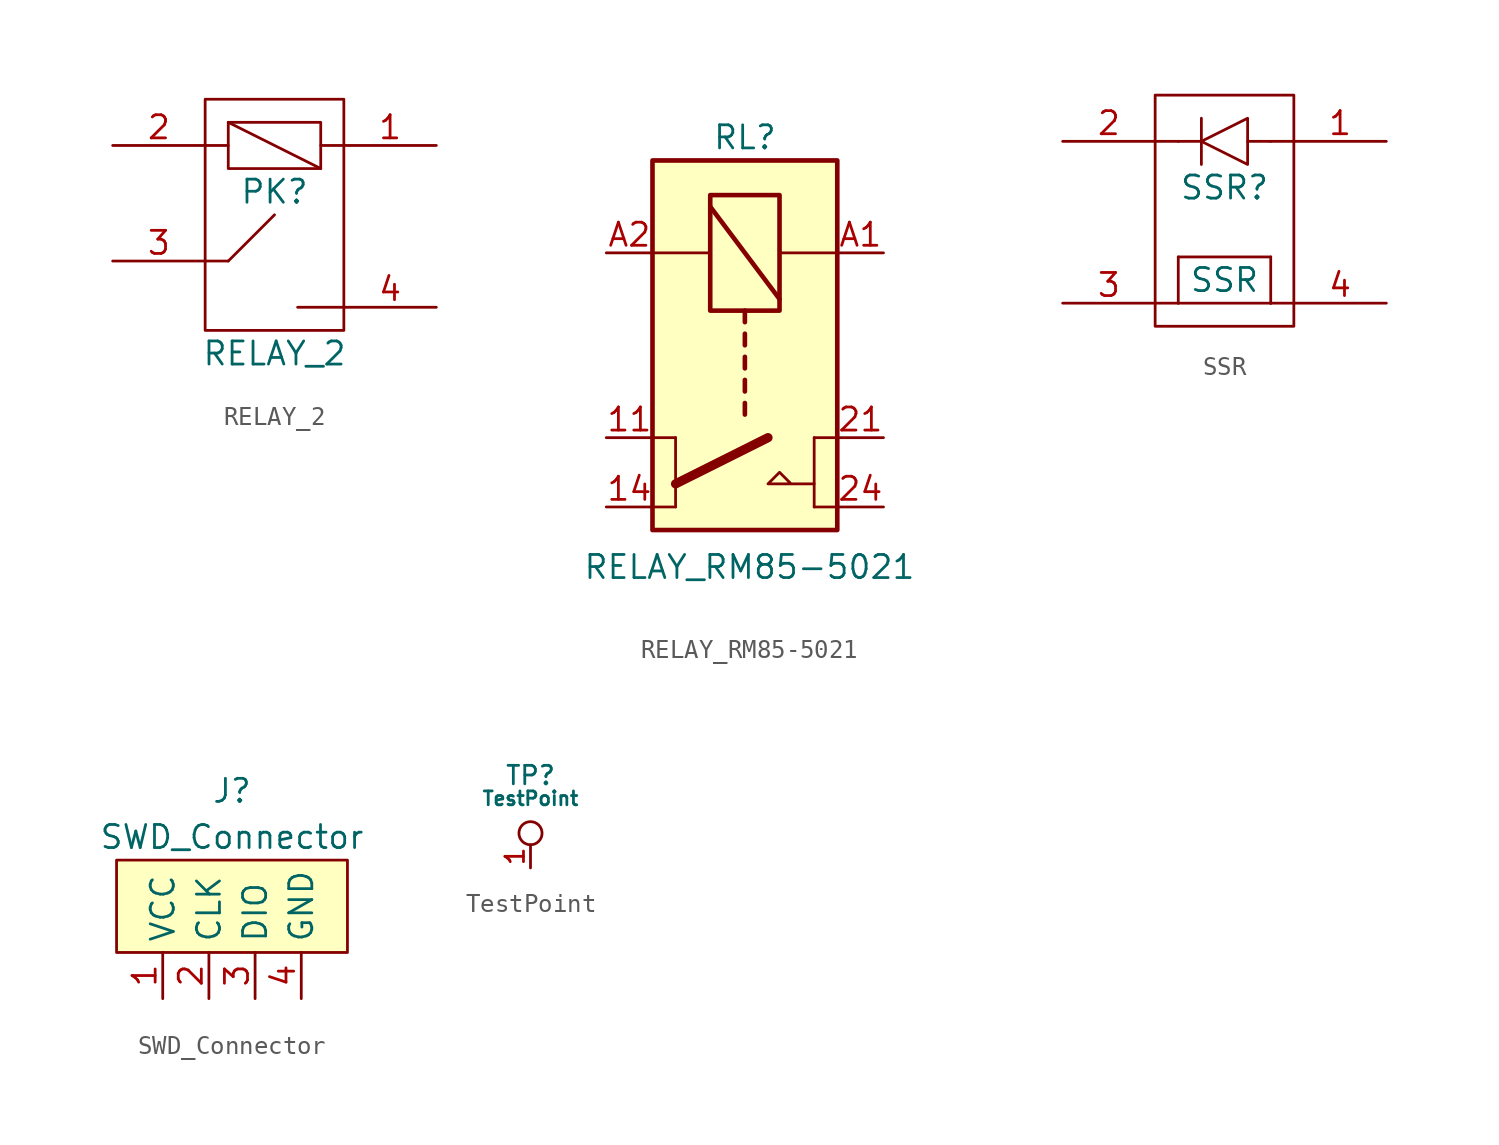
<source format=kicad_sym>
(kicad_symbol_lib
  (version 20231120)
  (generator "kicad_symbol_editor")
  (generator_version "8.0")
  (symbol "RELAY_2"
    (pin_names
      (offset 1.016))
    (property "Reference" "PK"
      (at 0 1.27 0)
      (effects (font (size 1.27 1.27))))
    (property "Value" "RELAY_2"
      (at 0 -7.62 0)
      (effects (font (size 1.27 1.27))))
    (symbol "RELAY_2_1_1"
      (rectangle (start -3.81 6.35) (end 3.81 -6.35) (stroke (width 0) (type default)) (fill (type none)))
      (rectangle (start -2.54 5.08) (end 2.54 2.54) (stroke (width 0) (type default)) (fill (type none)))
      (polyline (pts (xy -3.81 -2.54) (xy -2.54 -2.54)) (stroke (width 0) (type default)) (fill (type none)))
      (polyline (pts (xy -3.81 3.81) (xy -2.54 3.81)) (stroke (width 0) (type default)) (fill (type none)))
      (polyline (pts (xy -2.54 -2.54) (xy 0 0)) (stroke (width 0) (type default)) (fill (type none)))
      (polyline (pts (xy -2.54 5.08) (xy 2.54 2.54)) (stroke (width 0) (type default)) (fill (type none)))
      (polyline (pts (xy 2.54 3.81) (xy 3.81 3.81)) (stroke (width 0) (type default)) (fill (type none)))
      (polyline (pts (xy 3.81 -5.08) (xy 1.27 -5.08)) (stroke (width 0) (type default)) (fill (type none)))
      (pin passive line (at 8.89 3.81 180) (length 5.08) (name "~" (effects (font (size 1.27 1.27)))) (number "1" (effects (font (size 1.27 1.27)))))
      (pin power_in line (at -8.89 3.81 0) (length 5.08) (name "~" (effects (font (size 1.27 1.27)))) (number "2" (effects (font (size 1.27 1.27)))))
      (pin bidirectional line (at -8.89 -2.54 0) (length 5.08) (name "~" (effects (font (size 1.27 1.27)))) (number "3" (effects (font (size 1.27 1.27)))))
      (pin bidirectional line (at 8.89 -5.08 180) (length 5.08) (name "~" (effects (font (size 1.27 1.27)))) (number "4" (effects (font (size 1.27 1.27)))))))
  (symbol "RELAY_RM85-5021"
    (pin_names
      (offset 1.016))
    (property "Reference" "RL"
      (at 0 15.24 0)
      (effects (font (size 1.27 1.27))))
    (property "Value" "RELAY_RM85-5021"
      (at 0.254 -8.382 0)
      (effects (font (size 1.27 1.27))))
    (symbol "RELAY_RM85-5021_0_1"
      (rectangle (start -5.08 13.97) (end 5.08 -6.35) (stroke (width 0.254) (type default)) (fill (type background)))
      (polyline (pts (xy -5.08 8.89) (xy -1.905 8.89)) (stroke (width 0) (type default)) (fill (type none)))
      (polyline (pts (xy -3.81 -5.08) (xy -5.08 -5.08)) (stroke (width 0) (type default)) (fill (type none)))
      (polyline (pts (xy -3.81 -3.81) (xy 1.27 -1.27)) (stroke (width 0.508) (type default)) (fill (type none)))
      (polyline (pts (xy -3.81 -1.27) (xy -5.08 -1.27)) (stroke (width 0) (type default)) (fill (type none)))
      (polyline (pts (xy -3.81 -1.27) (xy -3.81 -5.08)) (stroke (width 0) (type default)) (fill (type none)))
      (polyline (pts (xy -1.905 11.43) (xy 1.905 6.35)) (stroke (width 0.254) (type default)) (fill (type none)))
      (polyline (pts (xy 0 0.635) (xy 0 0)) (stroke (width 0.254) (type default)) (fill (type none)))
      (polyline (pts (xy 0 1.905) (xy 0 1.27)) (stroke (width 0.254) (type default)) (fill (type none)))
      (polyline (pts (xy 0 3.175) (xy 0 2.54)) (stroke (width 0.254) (type default)) (fill (type none)))
      (polyline (pts (xy 0 4.445) (xy 0 3.81)) (stroke (width 0.254) (type default)) (fill (type none)))
      (polyline (pts (xy 0 5.715) (xy 0 5.08)) (stroke (width 0.254) (type default)) (fill (type none)))
      (polyline (pts (xy 3.81 -5.08) (xy 5.08 -5.08)) (stroke (width 0) (type default)) (fill (type none)))
      (polyline (pts (xy 3.81 -1.27) (xy 3.81 -5.08)) (stroke (width 0) (type default)) (fill (type none)))
      (polyline (pts (xy 3.81 -1.27) (xy 5.08 -1.27)) (stroke (width 0) (type default)) (fill (type none)))
      (polyline (pts (xy 5.08 8.89) (xy 1.905 8.89)) (stroke (width 0) (type default)) (fill (type none)))
      (polyline (pts (xy 3.81 -3.81) (xy 1.27 -3.81) (xy 1.905 -3.175) (xy 2.54 -3.81)) (stroke (width 0) (type default)) (fill (type none)))
      (rectangle (start 1.905 12.065) (end -1.905 5.715) (stroke (width 0.254) (type default)) (fill (type none))))
    (symbol "RELAY_RM85-5021_1_1"
      (pin passive line (at -7.62 -1.27 0) (length 2.54) (name "~" (effects (font (size 1.27 1.27)))) (number "11" (effects (font (size 1.27 1.27)))))
      (pin passive line (at -7.62 -5.08 0) (length 2.54) (name "~" (effects (font (size 1.27 1.27)))) (number "14" (effects (font (size 1.27 1.27)))))
      (pin passive line (at 7.62 -1.27 180) (length 2.54) (name "~" (effects (font (size 1.27 1.27)))) (number "21" (effects (font (size 1.27 1.27)))))
      (pin passive line (at 7.62 -5.08 180) (length 2.54) (name "~" (effects (font (size 1.27 1.27)))) (number "24" (effects (font (size 1.27 1.27)))))
      (pin passive line (at 7.62 8.89 180) (length 2.54) (name "~" (effects (font (size 1.27 1.27)))) (number "A1" (effects (font (size 1.27 1.27)))))
      (pin passive line (at -7.62 8.89 0) (length 2.54) (name "~" (effects (font (size 1.27 1.27)))) (number "A2" (effects (font (size 1.27 1.27)))))))
  (symbol "SSR"
    (pin_names
      (offset 1.016))
    (property "Reference" "SSR"
      (at 0 1.27 0)
      (effects (font (size 1.27 1.27))))
    (property "Value" "SSR"
      (at 0 -3.81 0)
      (effects (font (size 1.27 1.27))))
    (symbol "SSR_0_1"
      (rectangle (start -3.81 -5.08) (end -2.54 -5.08) (stroke (width 0) (type default)) (fill (type none)))
      (rectangle (start -2.54 -5.08) (end 2.54 -5.08) (stroke (width 0) (type default)) (fill (type none)))
      (rectangle (start -2.54 -2.54) (end -2.54 -5.08) (stroke (width 0) (type default)) (fill (type none)))
      (rectangle (start -1.27 3.81) (end -2.54 3.81) (stroke (width 0) (type default)) (fill (type none)))
      (rectangle (start -1.27 5.08) (end -1.27 2.54) (stroke (width 0) (type default)) (fill (type none)))
      (polyline (pts (xy -1.27 3.81) (xy 1.27 5.08) (xy 1.27 2.54) (xy -1.27 3.81)) (stroke (width 0) (type default)) (fill (type none)))
      (rectangle (start 1.27 3.81) (end 2.54 3.81) (stroke (width 0) (type default)) (fill (type none)))
      (rectangle (start 2.54 -5.08) (end 2.54 -5.08) (stroke (width 0) (type default)) (fill (type none)))
      (rectangle (start 2.54 -5.08) (end 2.54 -2.54) (stroke (width 0) (type default)) (fill (type none)))
      (rectangle (start 2.54 -2.54) (end -2.54 -2.54) (stroke (width 0) (type default)) (fill (type none)))
      (rectangle (start 3.81 -5.08) (end 2.54 -5.08) (stroke (width 0) (type default)) (fill (type none))))
    (symbol "SSR_1_1"
      (rectangle (start -3.81 6.35) (end 3.81 -6.35) (stroke (width 0) (type default)) (fill (type none)))
      (polyline (pts (xy -3.81 3.81) (xy -2.54 3.81)) (stroke (width 0) (type default)) (fill (type none)))
      (polyline (pts (xy 2.54 3.81) (xy 3.81 3.81)) (stroke (width 0) (type default)) (fill (type none)))
      (pin power_in line (at 8.89 3.81 180) (length 5.08) (name "~" (effects (font (size 1.27 1.27)))) (number "1" (effects (font (size 1.27 1.27)))))
      (pin power_in line (at -8.89 3.81 0) (length 5.08) (name "~" (effects (font (size 1.27 1.27)))) (number "2" (effects (font (size 1.27 1.27)))))
      (pin bidirectional line (at -8.89 -5.08 0) (length 5.08) (name "~" (effects (font (size 1.27 1.27)))) (number "3" (effects (font (size 1.27 1.27)))))
      (pin bidirectional line (at 8.89 -5.08 180) (length 5.08) (name "~" (effects (font (size 1.27 1.27)))) (number "4" (effects (font (size 1.27 1.27)))))))
  (symbol "SWD_Connector"
    (property "Reference" "J"
      (at 0 6.35 0)
      (effects (font (size 1.27 1.27))))
    (property "Value" "SWD_Connector"
      (at 0 3.81 0)
      (effects (font (size 1.27 1.27))))
    (symbol "SWD_Connector_0_1"
      (rectangle (start -6.35 2.54) (end 6.35 -2.54) (stroke (width 0) (type default)) (fill (type background))))
    (symbol "SWD_Connector_1_1"
      (pin power_in line (at -3.81 -5.08 90) (length 2.54) (name "VCC" (effects (font (size 1.27 1.27)))) (number "1" (effects (font (size 1.27 1.27)))))
      (pin input line (at -1.27 -5.08 90) (length 2.54) (name "CLK" (effects (font (size 1.27 1.27)))) (number "2" (effects (font (size 1.27 1.27)))))
      (pin bidirectional line (at 1.27 -5.08 90) (length 2.54) (name "DIO" (effects (font (size 1.27 1.27)))) (number "3" (effects (font (size 1.27 1.27)))))
      (pin power_in line (at 3.81 -5.08 90) (length 2.54) (name "GND" (effects (font (size 1.27 1.27)))) (number "4" (effects (font (size 1.27 1.27)))))))
  (symbol "TestPoint"
    (pin_names
      (offset 1.016))
    (property "Reference" "TP"
      (at 0 5.08 0)
      (effects (font (size 1.016 1.016))))
    (property "Value" "TestPoint"
      (at 0 3.81 0)
      (effects (font (size 0.762 0.762))))
    (symbol "TestPoint_0_1"
      (circle (center 0 1.905) (radius 0.635) (stroke (width 0) (type default)) (fill (type none))))
    (symbol "TestPoint_1_1"
      (pin passive line (at 0 0 90) (length 1.27) (name "~" (effects (font (size 1.016 1.016)))) (number "1" (effects (font (size 1.016 1.016))))))))
</source>
